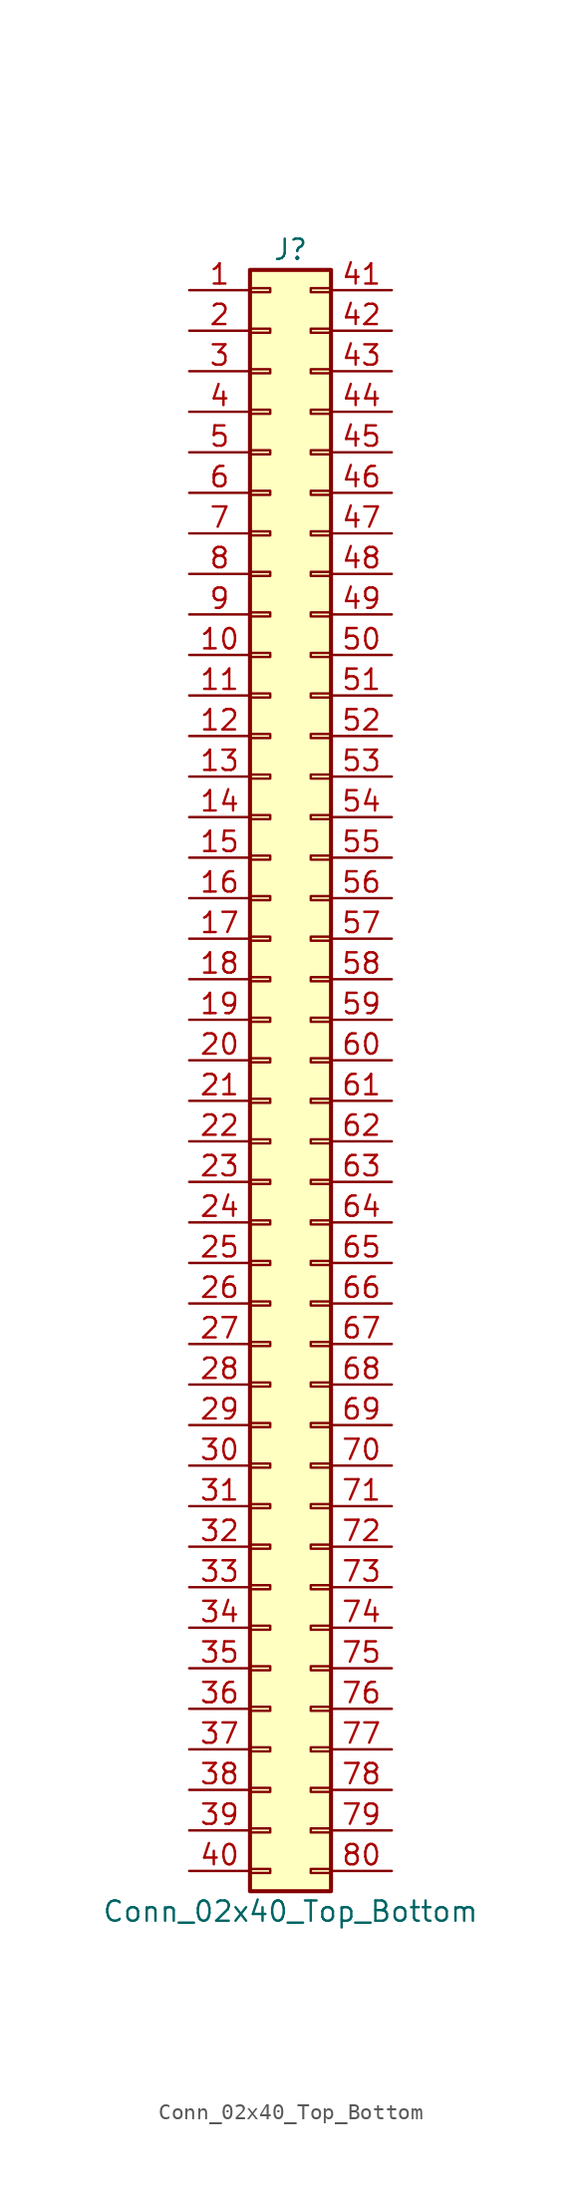
<source format=kicad_sym>
(kicad_symbol_lib
  (version 20220914)
  (generator kicad_symbol_editor)
  (symbol "Conn_02x40_Top_Bottom"
    (pin_names
      (offset 1.016) hide)
    (property "Reference" "J"
      (at 1.27 50.8 0)
      (effects (font (size 1.27 1.27))))
    (property "Value" "Conn_02x40_Top_Bottom"
      (at 1.27 -53.34 0)
      (effects (font (size 1.27 1.27))))
    (symbol "Conn_02x40_Top_Bottom_1_1"
      (rectangle (start -1.27 -50.673) (end 0 -50.927) (stroke (width 0.152) (type default)) (fill (type none)))
      (rectangle (start -1.27 -48.133) (end 0 -48.387) (stroke (width 0.152) (type default)) (fill (type none)))
      (rectangle (start -1.27 -45.593) (end 0 -45.847) (stroke (width 0.152) (type default)) (fill (type none)))
      (rectangle (start -1.27 -43.053) (end 0 -43.307) (stroke (width 0.152) (type default)) (fill (type none)))
      (rectangle (start -1.27 -40.513) (end 0 -40.767) (stroke (width 0.152) (type default)) (fill (type none)))
      (rectangle (start -1.27 -37.973) (end 0 -38.227) (stroke (width 0.152) (type default)) (fill (type none)))
      (rectangle (start -1.27 -35.433) (end 0 -35.687) (stroke (width 0.152) (type default)) (fill (type none)))
      (rectangle (start -1.27 -32.893) (end 0 -33.147) (stroke (width 0.152) (type default)) (fill (type none)))
      (rectangle (start -1.27 -30.353) (end 0 -30.607) (stroke (width 0.152) (type default)) (fill (type none)))
      (rectangle (start -1.27 -27.813) (end 0 -28.067) (stroke (width 0.152) (type default)) (fill (type none)))
      (rectangle (start -1.27 -25.273) (end 0 -25.527) (stroke (width 0.152) (type default)) (fill (type none)))
      (rectangle (start -1.27 -22.733) (end 0 -22.987) (stroke (width 0.152) (type default)) (fill (type none)))
      (rectangle (start -1.27 -20.193) (end 0 -20.447) (stroke (width 0.152) (type default)) (fill (type none)))
      (rectangle (start -1.27 -17.653) (end 0 -17.907) (stroke (width 0.152) (type default)) (fill (type none)))
      (rectangle (start -1.27 -15.113) (end 0 -15.367) (stroke (width 0.152) (type default)) (fill (type none)))
      (rectangle (start -1.27 -12.573) (end 0 -12.827) (stroke (width 0.152) (type default)) (fill (type none)))
      (rectangle (start -1.27 -10.033) (end 0 -10.287) (stroke (width 0.152) (type default)) (fill (type none)))
      (rectangle (start -1.27 -7.493) (end 0 -7.747) (stroke (width 0.152) (type default)) (fill (type none)))
      (rectangle (start -1.27 -4.953) (end 0 -5.207) (stroke (width 0.152) (type default)) (fill (type none)))
      (rectangle (start -1.27 -2.413) (end 0 -2.667) (stroke (width 0.152) (type default)) (fill (type none)))
      (rectangle (start -1.27 0.127) (end 0 -0.127) (stroke (width 0.152) (type default)) (fill (type none)))
      (rectangle (start -1.27 2.667) (end 0 2.413) (stroke (width 0.152) (type default)) (fill (type none)))
      (rectangle (start -1.27 5.207) (end 0 4.953) (stroke (width 0.152) (type default)) (fill (type none)))
      (rectangle (start -1.27 7.747) (end 0 7.493) (stroke (width 0.152) (type default)) (fill (type none)))
      (rectangle (start -1.27 10.287) (end 0 10.033) (stroke (width 0.152) (type default)) (fill (type none)))
      (rectangle (start -1.27 12.827) (end 0 12.573) (stroke (width 0.152) (type default)) (fill (type none)))
      (rectangle (start -1.27 15.367) (end 0 15.113) (stroke (width 0.152) (type default)) (fill (type none)))
      (rectangle (start -1.27 17.907) (end 0 17.653) (stroke (width 0.152) (type default)) (fill (type none)))
      (rectangle (start -1.27 20.447) (end 0 20.193) (stroke (width 0.152) (type default)) (fill (type none)))
      (rectangle (start -1.27 22.987) (end 0 22.733) (stroke (width 0.152) (type default)) (fill (type none)))
      (rectangle (start -1.27 25.527) (end 0 25.273) (stroke (width 0.152) (type default)) (fill (type none)))
      (rectangle (start -1.27 28.067) (end 0 27.813) (stroke (width 0.152) (type default)) (fill (type none)))
      (rectangle (start -1.27 30.607) (end 0 30.353) (stroke (width 0.152) (type default)) (fill (type none)))
      (rectangle (start -1.27 33.147) (end 0 32.893) (stroke (width 0.152) (type default)) (fill (type none)))
      (rectangle (start -1.27 35.687) (end 0 35.433) (stroke (width 0.152) (type default)) (fill (type none)))
      (rectangle (start -1.27 38.227) (end 0 37.973) (stroke (width 0.152) (type default)) (fill (type none)))
      (rectangle (start -1.27 40.767) (end 0 40.513) (stroke (width 0.152) (type default)) (fill (type none)))
      (rectangle (start -1.27 43.307) (end 0 43.053) (stroke (width 0.152) (type default)) (fill (type none)))
      (rectangle (start -1.27 45.847) (end 0 45.593) (stroke (width 0.152) (type default)) (fill (type none)))
      (rectangle (start -1.27 48.387) (end 0 48.133) (stroke (width 0.152) (type default)) (fill (type none)))
      (rectangle (start -1.27 49.53) (end 3.81 -52.07) (stroke (width 0.254) (type default)) (fill (type background)))
      (rectangle (start 3.81 -50.673) (end 2.54 -50.927) (stroke (width 0.152) (type default)) (fill (type none)))
      (rectangle (start 3.81 -48.133) (end 2.54 -48.387) (stroke (width 0.152) (type default)) (fill (type none)))
      (rectangle (start 3.81 -45.593) (end 2.54 -45.847) (stroke (width 0.152) (type default)) (fill (type none)))
      (rectangle (start 3.81 -43.053) (end 2.54 -43.307) (stroke (width 0.152) (type default)) (fill (type none)))
      (rectangle (start 3.81 -40.513) (end 2.54 -40.767) (stroke (width 0.152) (type default)) (fill (type none)))
      (rectangle (start 3.81 -37.973) (end 2.54 -38.227) (stroke (width 0.152) (type default)) (fill (type none)))
      (rectangle (start 3.81 -35.433) (end 2.54 -35.687) (stroke (width 0.152) (type default)) (fill (type none)))
      (rectangle (start 3.81 -32.893) (end 2.54 -33.147) (stroke (width 0.152) (type default)) (fill (type none)))
      (rectangle (start 3.81 -30.353) (end 2.54 -30.607) (stroke (width 0.152) (type default)) (fill (type none)))
      (rectangle (start 3.81 -27.813) (end 2.54 -28.067) (stroke (width 0.152) (type default)) (fill (type none)))
      (rectangle (start 3.81 -25.273) (end 2.54 -25.527) (stroke (width 0.152) (type default)) (fill (type none)))
      (rectangle (start 3.81 -22.733) (end 2.54 -22.987) (stroke (width 0.152) (type default)) (fill (type none)))
      (rectangle (start 3.81 -20.193) (end 2.54 -20.447) (stroke (width 0.152) (type default)) (fill (type none)))
      (rectangle (start 3.81 -17.653) (end 2.54 -17.907) (stroke (width 0.152) (type default)) (fill (type none)))
      (rectangle (start 3.81 -15.113) (end 2.54 -15.367) (stroke (width 0.152) (type default)) (fill (type none)))
      (rectangle (start 3.81 -12.573) (end 2.54 -12.827) (stroke (width 0.152) (type default)) (fill (type none)))
      (rectangle (start 3.81 -10.033) (end 2.54 -10.287) (stroke (width 0.152) (type default)) (fill (type none)))
      (rectangle (start 3.81 -7.493) (end 2.54 -7.747) (stroke (width 0.152) (type default)) (fill (type none)))
      (rectangle (start 3.81 -4.953) (end 2.54 -5.207) (stroke (width 0.152) (type default)) (fill (type none)))
      (rectangle (start 3.81 -2.413) (end 2.54 -2.667) (stroke (width 0.152) (type default)) (fill (type none)))
      (rectangle (start 3.81 0.127) (end 2.54 -0.127) (stroke (width 0.152) (type default)) (fill (type none)))
      (rectangle (start 3.81 2.667) (end 2.54 2.413) (stroke (width 0.152) (type default)) (fill (type none)))
      (rectangle (start 3.81 5.207) (end 2.54 4.953) (stroke (width 0.152) (type default)) (fill (type none)))
      (rectangle (start 3.81 7.747) (end 2.54 7.493) (stroke (width 0.152) (type default)) (fill (type none)))
      (rectangle (start 3.81 10.287) (end 2.54 10.033) (stroke (width 0.152) (type default)) (fill (type none)))
      (rectangle (start 3.81 12.827) (end 2.54 12.573) (stroke (width 0.152) (type default)) (fill (type none)))
      (rectangle (start 3.81 15.367) (end 2.54 15.113) (stroke (width 0.152) (type default)) (fill (type none)))
      (rectangle (start 3.81 17.907) (end 2.54 17.653) (stroke (width 0.152) (type default)) (fill (type none)))
      (rectangle (start 3.81 20.447) (end 2.54 20.193) (stroke (width 0.152) (type default)) (fill (type none)))
      (rectangle (start 3.81 22.987) (end 2.54 22.733) (stroke (width 0.152) (type default)) (fill (type none)))
      (rectangle (start 3.81 25.527) (end 2.54 25.273) (stroke (width 0.152) (type default)) (fill (type none)))
      (rectangle (start 3.81 28.067) (end 2.54 27.813) (stroke (width 0.152) (type default)) (fill (type none)))
      (rectangle (start 3.81 30.607) (end 2.54 30.353) (stroke (width 0.152) (type default)) (fill (type none)))
      (rectangle (start 3.81 33.147) (end 2.54 32.893) (stroke (width 0.152) (type default)) (fill (type none)))
      (rectangle (start 3.81 35.687) (end 2.54 35.433) (stroke (width 0.152) (type default)) (fill (type none)))
      (rectangle (start 3.81 38.227) (end 2.54 37.973) (stroke (width 0.152) (type default)) (fill (type none)))
      (rectangle (start 3.81 40.767) (end 2.54 40.513) (stroke (width 0.152) (type default)) (fill (type none)))
      (rectangle (start 3.81 43.307) (end 2.54 43.053) (stroke (width 0.152) (type default)) (fill (type none)))
      (rectangle (start 3.81 45.847) (end 2.54 45.593) (stroke (width 0.152) (type default)) (fill (type none)))
      (rectangle (start 3.81 48.387) (end 2.54 48.133) (stroke (width 0.152) (type default)) (fill (type none)))
      (pin passive line (at -5.08 48.26 0) (length 3.81) (name "Pin_1" (effects (font (size 1.27 1.27)))) (number "1" (effects (font (size 1.27 1.27)))))
      (pin passive line (at -5.08 25.4 0) (length 3.81) (name "Pin_10" (effects (font (size 1.27 1.27)))) (number "10" (effects (font (size 1.27 1.27)))))
      (pin passive line (at -5.08 22.86 0) (length 3.81) (name "Pin_11" (effects (font (size 1.27 1.27)))) (number "11" (effects (font (size 1.27 1.27)))))
      (pin passive line (at -5.08 20.32 0) (length 3.81) (name "Pin_12" (effects (font (size 1.27 1.27)))) (number "12" (effects (font (size 1.27 1.27)))))
      (pin passive line (at -5.08 17.78 0) (length 3.81) (name "Pin_13" (effects (font (size 1.27 1.27)))) (number "13" (effects (font (size 1.27 1.27)))))
      (pin passive line (at -5.08 15.24 0) (length 3.81) (name "Pin_14" (effects (font (size 1.27 1.27)))) (number "14" (effects (font (size 1.27 1.27)))))
      (pin passive line (at -5.08 12.7 0) (length 3.81) (name "Pin_15" (effects (font (size 1.27 1.27)))) (number "15" (effects (font (size 1.27 1.27)))))
      (pin passive line (at -5.08 10.16 0) (length 3.81) (name "Pin_16" (effects (font (size 1.27 1.27)))) (number "16" (effects (font (size 1.27 1.27)))))
      (pin passive line (at -5.08 7.62 0) (length 3.81) (name "Pin_17" (effects (font (size 1.27 1.27)))) (number "17" (effects (font (size 1.27 1.27)))))
      (pin passive line (at -5.08 5.08 0) (length 3.81) (name "Pin_18" (effects (font (size 1.27 1.27)))) (number "18" (effects (font (size 1.27 1.27)))))
      (pin passive line (at -5.08 2.54 0) (length 3.81) (name "Pin_19" (effects (font (size 1.27 1.27)))) (number "19" (effects (font (size 1.27 1.27)))))
      (pin passive line (at -5.08 45.72 0) (length 3.81) (name "Pin_2" (effects (font (size 1.27 1.27)))) (number "2" (effects (font (size 1.27 1.27)))))
      (pin passive line (at -5.08 0 0) (length 3.81) (name "Pin_20" (effects (font (size 1.27 1.27)))) (number "20" (effects (font (size 1.27 1.27)))))
      (pin passive line (at -5.08 -2.54 0) (length 3.81) (name "Pin_21" (effects (font (size 1.27 1.27)))) (number "21" (effects (font (size 1.27 1.27)))))
      (pin passive line (at -5.08 -5.08 0) (length 3.81) (name "Pin_22" (effects (font (size 1.27 1.27)))) (number "22" (effects (font (size 1.27 1.27)))))
      (pin passive line (at -5.08 -7.62 0) (length 3.81) (name "Pin_23" (effects (font (size 1.27 1.27)))) (number "23" (effects (font (size 1.27 1.27)))))
      (pin passive line (at -5.08 -10.16 0) (length 3.81) (name "Pin_24" (effects (font (size 1.27 1.27)))) (number "24" (effects (font (size 1.27 1.27)))))
      (pin passive line (at -5.08 -12.7 0) (length 3.81) (name "Pin_25" (effects (font (size 1.27 1.27)))) (number "25" (effects (font (size 1.27 1.27)))))
      (pin passive line (at -5.08 -15.24 0) (length 3.81) (name "Pin_26" (effects (font (size 1.27 1.27)))) (number "26" (effects (font (size 1.27 1.27)))))
      (pin passive line (at -5.08 -17.78 0) (length 3.81) (name "Pin_27" (effects (font (size 1.27 1.27)))) (number "27" (effects (font (size 1.27 1.27)))))
      (pin passive line (at -5.08 -20.32 0) (length 3.81) (name "Pin_28" (effects (font (size 1.27 1.27)))) (number "28" (effects (font (size 1.27 1.27)))))
      (pin passive line (at -5.08 -22.86 0) (length 3.81) (name "Pin_29" (effects (font (size 1.27 1.27)))) (number "29" (effects (font (size 1.27 1.27)))))
      (pin passive line (at -5.08 43.18 0) (length 3.81) (name "Pin_3" (effects (font (size 1.27 1.27)))) (number "3" (effects (font (size 1.27 1.27)))))
      (pin passive line (at -5.08 -25.4 0) (length 3.81) (name "Pin_30" (effects (font (size 1.27 1.27)))) (number "30" (effects (font (size 1.27 1.27)))))
      (pin passive line (at -5.08 -27.94 0) (length 3.81) (name "Pin_31" (effects (font (size 1.27 1.27)))) (number "31" (effects (font (size 1.27 1.27)))))
      (pin passive line (at -5.08 -30.48 0) (length 3.81) (name "Pin_32" (effects (font (size 1.27 1.27)))) (number "32" (effects (font (size 1.27 1.27)))))
      (pin passive line (at -5.08 -33.02 0) (length 3.81) (name "Pin_33" (effects (font (size 1.27 1.27)))) (number "33" (effects (font (size 1.27 1.27)))))
      (pin passive line (at -5.08 -35.56 0) (length 3.81) (name "Pin_34" (effects (font (size 1.27 1.27)))) (number "34" (effects (font (size 1.27 1.27)))))
      (pin passive line (at -5.08 -38.1 0) (length 3.81) (name "Pin_35" (effects (font (size 1.27 1.27)))) (number "35" (effects (font (size 1.27 1.27)))))
      (pin passive line (at -5.08 -40.64 0) (length 3.81) (name "Pin_36" (effects (font (size 1.27 1.27)))) (number "36" (effects (font (size 1.27 1.27)))))
      (pin passive line (at -5.08 -43.18 0) (length 3.81) (name "Pin_37" (effects (font (size 1.27 1.27)))) (number "37" (effects (font (size 1.27 1.27)))))
      (pin passive line (at -5.08 -45.72 0) (length 3.81) (name "Pin_38" (effects (font (size 1.27 1.27)))) (number "38" (effects (font (size 1.27 1.27)))))
      (pin passive line (at -5.08 -48.26 0) (length 3.81) (name "Pin_39" (effects (font (size 1.27 1.27)))) (number "39" (effects (font (size 1.27 1.27)))))
      (pin passive line (at -5.08 40.64 0) (length 3.81) (name "Pin_4" (effects (font (size 1.27 1.27)))) (number "4" (effects (font (size 1.27 1.27)))))
      (pin passive line (at -5.08 -50.8 0) (length 3.81) (name "Pin_40" (effects (font (size 1.27 1.27)))) (number "40" (effects (font (size 1.27 1.27)))))
      (pin passive line (at 7.62 48.26 180) (length 3.81) (name "Pin_41" (effects (font (size 1.27 1.27)))) (number "41" (effects (font (size 1.27 1.27)))))
      (pin passive line (at 7.62 45.72 180) (length 3.81) (name "Pin_42" (effects (font (size 1.27 1.27)))) (number "42" (effects (font (size 1.27 1.27)))))
      (pin passive line (at 7.62 43.18 180) (length 3.81) (name "Pin_43" (effects (font (size 1.27 1.27)))) (number "43" (effects (font (size 1.27 1.27)))))
      (pin passive line (at 7.62 40.64 180) (length 3.81) (name "Pin_44" (effects (font (size 1.27 1.27)))) (number "44" (effects (font (size 1.27 1.27)))))
      (pin passive line (at 7.62 38.1 180) (length 3.81) (name "Pin_45" (effects (font (size 1.27 1.27)))) (number "45" (effects (font (size 1.27 1.27)))))
      (pin passive line (at 7.62 35.56 180) (length 3.81) (name "Pin_46" (effects (font (size 1.27 1.27)))) (number "46" (effects (font (size 1.27 1.27)))))
      (pin passive line (at 7.62 33.02 180) (length 3.81) (name "Pin_47" (effects (font (size 1.27 1.27)))) (number "47" (effects (font (size 1.27 1.27)))))
      (pin passive line (at 7.62 30.48 180) (length 3.81) (name "Pin_48" (effects (font (size 1.27 1.27)))) (number "48" (effects (font (size 1.27 1.27)))))
      (pin passive line (at 7.62 27.94 180) (length 3.81) (name "Pin_49" (effects (font (size 1.27 1.27)))) (number "49" (effects (font (size 1.27 1.27)))))
      (pin passive line (at -5.08 38.1 0) (length 3.81) (name "Pin_5" (effects (font (size 1.27 1.27)))) (number "5" (effects (font (size 1.27 1.27)))))
      (pin passive line (at 7.62 25.4 180) (length 3.81) (name "Pin_50" (effects (font (size 1.27 1.27)))) (number "50" (effects (font (size 1.27 1.27)))))
      (pin passive line (at 7.62 22.86 180) (length 3.81) (name "Pin_51" (effects (font (size 1.27 1.27)))) (number "51" (effects (font (size 1.27 1.27)))))
      (pin passive line (at 7.62 20.32 180) (length 3.81) (name "Pin_52" (effects (font (size 1.27 1.27)))) (number "52" (effects (font (size 1.27 1.27)))))
      (pin passive line (at 7.62 17.78 180) (length 3.81) (name "Pin_53" (effects (font (size 1.27 1.27)))) (number "53" (effects (font (size 1.27 1.27)))))
      (pin passive line (at 7.62 15.24 180) (length 3.81) (name "Pin_54" (effects (font (size 1.27 1.27)))) (number "54" (effects (font (size 1.27 1.27)))))
      (pin passive line (at 7.62 12.7 180) (length 3.81) (name "Pin_55" (effects (font (size 1.27 1.27)))) (number "55" (effects (font (size 1.27 1.27)))))
      (pin passive line (at 7.62 10.16 180) (length 3.81) (name "Pin_56" (effects (font (size 1.27 1.27)))) (number "56" (effects (font (size 1.27 1.27)))))
      (pin passive line (at 7.62 7.62 180) (length 3.81) (name "Pin_57" (effects (font (size 1.27 1.27)))) (number "57" (effects (font (size 1.27 1.27)))))
      (pin passive line (at 7.62 5.08 180) (length 3.81) (name "Pin_58" (effects (font (size 1.27 1.27)))) (number "58" (effects (font (size 1.27 1.27)))))
      (pin passive line (at 7.62 2.54 180) (length 3.81) (name "Pin_59" (effects (font (size 1.27 1.27)))) (number "59" (effects (font (size 1.27 1.27)))))
      (pin passive line (at -5.08 35.56 0) (length 3.81) (name "Pin_6" (effects (font (size 1.27 1.27)))) (number "6" (effects (font (size 1.27 1.27)))))
      (pin passive line (at 7.62 0 180) (length 3.81) (name "Pin_60" (effects (font (size 1.27 1.27)))) (number "60" (effects (font (size 1.27 1.27)))))
      (pin passive line (at 7.62 -2.54 180) (length 3.81) (name "Pin_61" (effects (font (size 1.27 1.27)))) (number "61" (effects (font (size 1.27 1.27)))))
      (pin passive line (at 7.62 -5.08 180) (length 3.81) (name "Pin_62" (effects (font (size 1.27 1.27)))) (number "62" (effects (font (size 1.27 1.27)))))
      (pin passive line (at 7.62 -7.62 180) (length 3.81) (name "Pin_63" (effects (font (size 1.27 1.27)))) (number "63" (effects (font (size 1.27 1.27)))))
      (pin passive line (at 7.62 -10.16 180) (length 3.81) (name "Pin_64" (effects (font (size 1.27 1.27)))) (number "64" (effects (font (size 1.27 1.27)))))
      (pin passive line (at 7.62 -12.7 180) (length 3.81) (name "Pin_65" (effects (font (size 1.27 1.27)))) (number "65" (effects (font (size 1.27 1.27)))))
      (pin passive line (at 7.62 -15.24 180) (length 3.81) (name "Pin_66" (effects (font (size 1.27 1.27)))) (number "66" (effects (font (size 1.27 1.27)))))
      (pin passive line (at 7.62 -17.78 180) (length 3.81) (name "Pin_67" (effects (font (size 1.27 1.27)))) (number "67" (effects (font (size 1.27 1.27)))))
      (pin passive line (at 7.62 -20.32 180) (length 3.81) (name "Pin_68" (effects (font (size 1.27 1.27)))) (number "68" (effects (font (size 1.27 1.27)))))
      (pin passive line (at 7.62 -22.86 180) (length 3.81) (name "Pin_69" (effects (font (size 1.27 1.27)))) (number "69" (effects (font (size 1.27 1.27)))))
      (pin passive line (at -5.08 33.02 0) (length 3.81) (name "Pin_7" (effects (font (size 1.27 1.27)))) (number "7" (effects (font (size 1.27 1.27)))))
      (pin passive line (at 7.62 -25.4 180) (length 3.81) (name "Pin_70" (effects (font (size 1.27 1.27)))) (number "70" (effects (font (size 1.27 1.27)))))
      (pin passive line (at 7.62 -27.94 180) (length 3.81) (name "Pin_71" (effects (font (size 1.27 1.27)))) (number "71" (effects (font (size 1.27 1.27)))))
      (pin passive line (at 7.62 -30.48 180) (length 3.81) (name "Pin_72" (effects (font (size 1.27 1.27)))) (number "72" (effects (font (size 1.27 1.27)))))
      (pin passive line (at 7.62 -33.02 180) (length 3.81) (name "Pin_73" (effects (font (size 1.27 1.27)))) (number "73" (effects (font (size 1.27 1.27)))))
      (pin passive line (at 7.62 -35.56 180) (length 3.81) (name "Pin_74" (effects (font (size 1.27 1.27)))) (number "74" (effects (font (size 1.27 1.27)))))
      (pin passive line (at 7.62 -38.1 180) (length 3.81) (name "Pin_75" (effects (font (size 1.27 1.27)))) (number "75" (effects (font (size 1.27 1.27)))))
      (pin passive line (at 7.62 -40.64 180) (length 3.81) (name "Pin_76" (effects (font (size 1.27 1.27)))) (number "76" (effects (font (size 1.27 1.27)))))
      (pin passive line (at 7.62 -43.18 180) (length 3.81) (name "Pin_77" (effects (font (size 1.27 1.27)))) (number "77" (effects (font (size 1.27 1.27)))))
      (pin passive line (at 7.62 -45.72 180) (length 3.81) (name "Pin_78" (effects (font (size 1.27 1.27)))) (number "78" (effects (font (size 1.27 1.27)))))
      (pin passive line (at 7.62 -48.26 180) (length 3.81) (name "Pin_79" (effects (font (size 1.27 1.27)))) (number "79" (effects (font (size 1.27 1.27)))))
      (pin passive line (at -5.08 30.48 0) (length 3.81) (name "Pin_8" (effects (font (size 1.27 1.27)))) (number "8" (effects (font (size 1.27 1.27)))))
      (pin passive line (at 7.62 -50.8 180) (length 3.81) (name "Pin_80" (effects (font (size 1.27 1.27)))) (number "80" (effects (font (size 1.27 1.27)))))
      (pin passive line (at -5.08 27.94 0) (length 3.81) (name "Pin_9" (effects (font (size 1.27 1.27)))) (number "9" (effects (font (size 1.27 1.27))))))))
</source>
